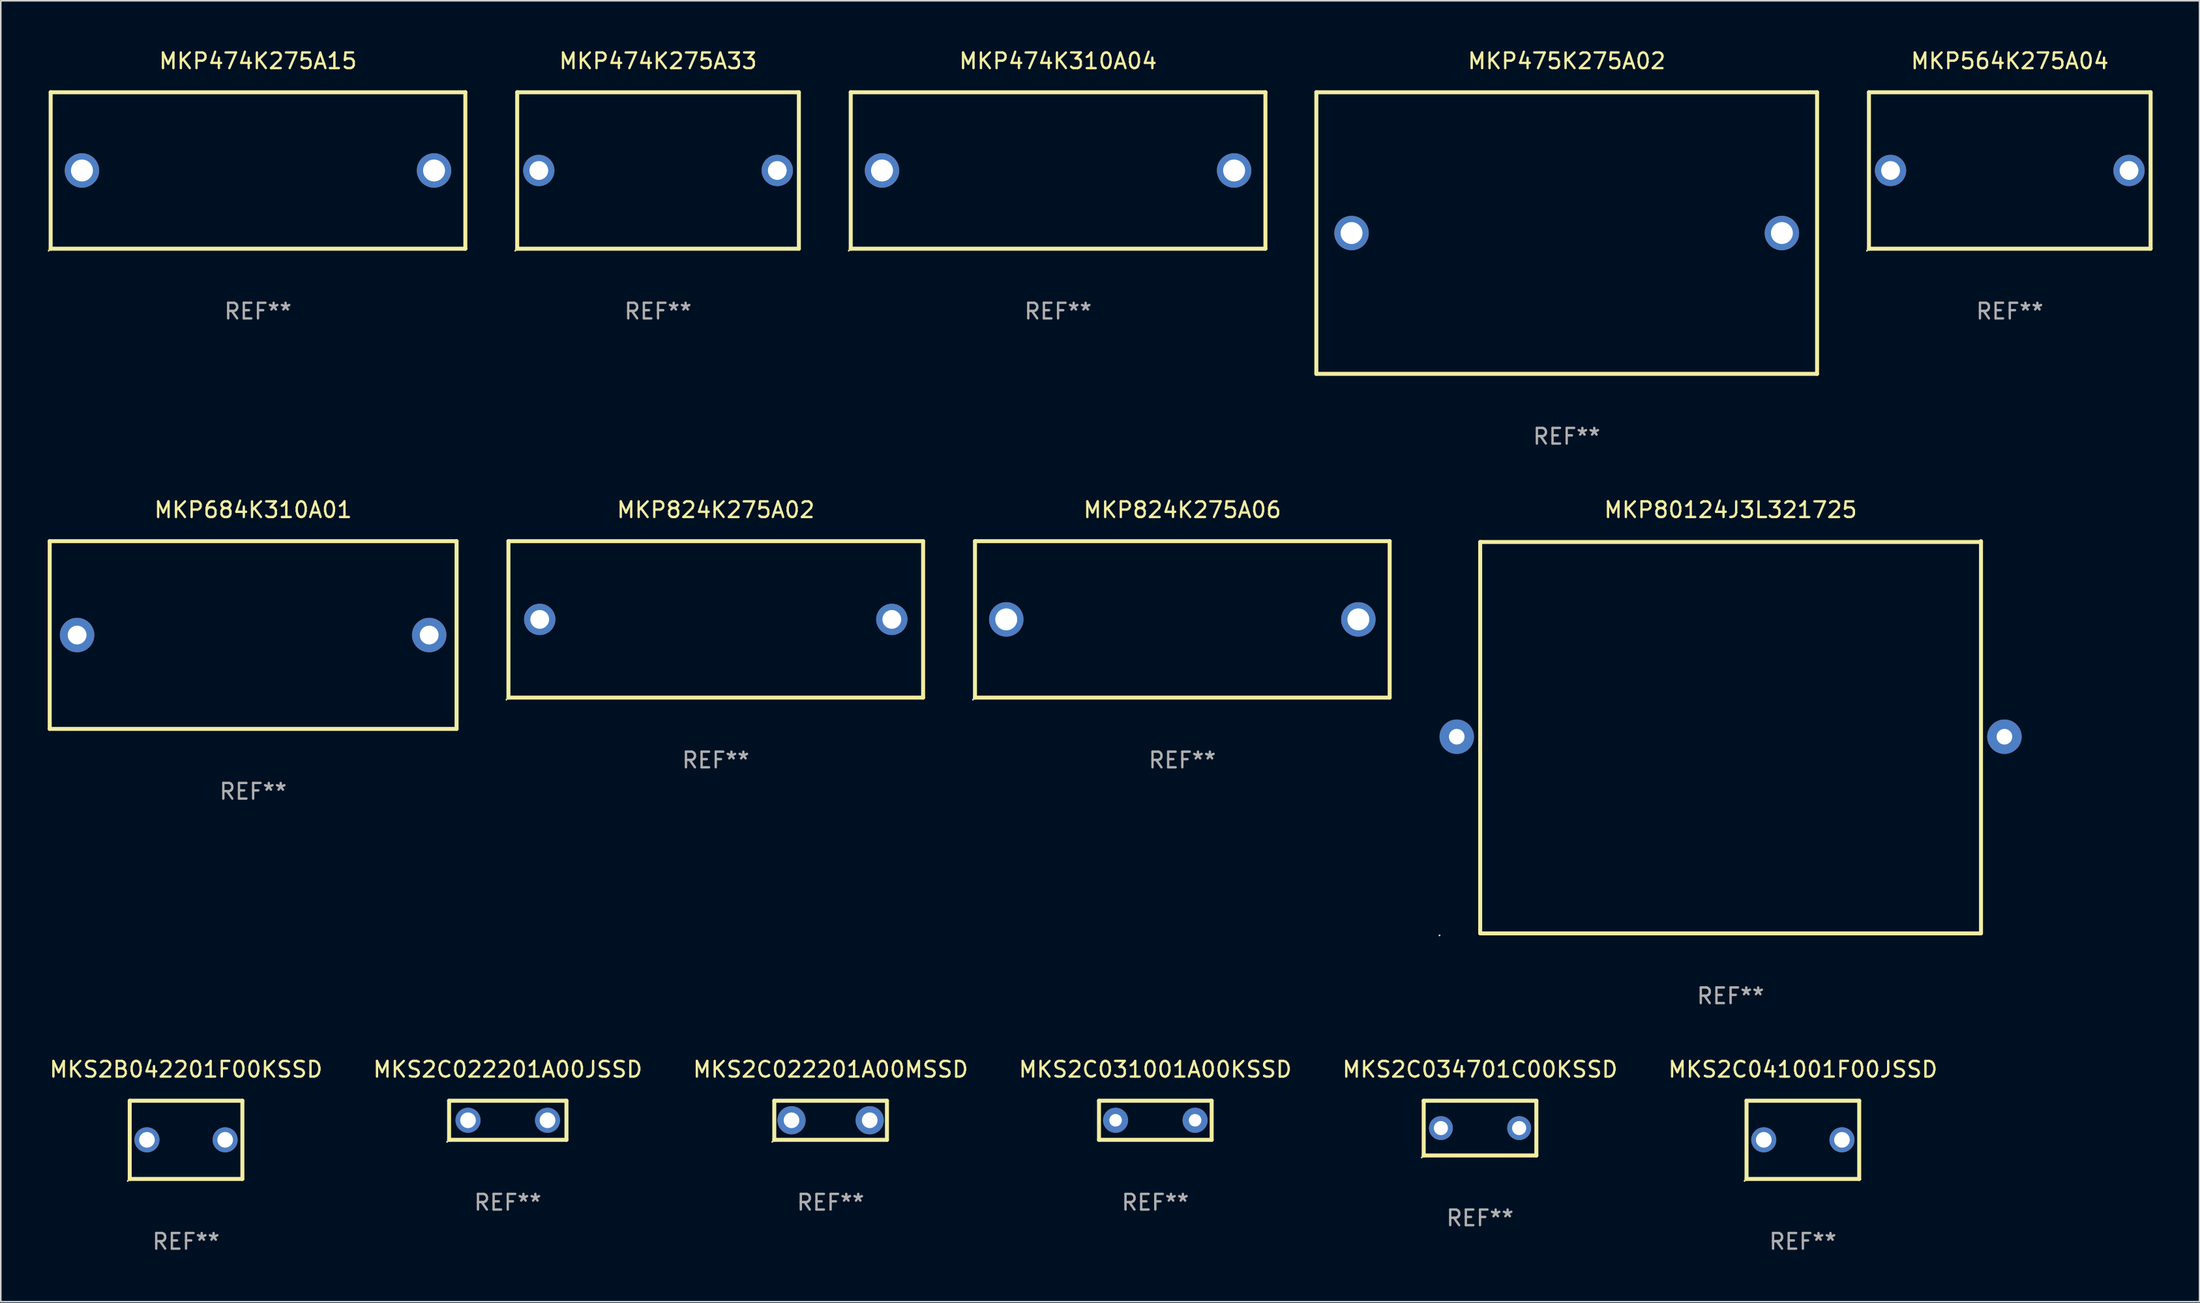
<source format=kicad_pcb>
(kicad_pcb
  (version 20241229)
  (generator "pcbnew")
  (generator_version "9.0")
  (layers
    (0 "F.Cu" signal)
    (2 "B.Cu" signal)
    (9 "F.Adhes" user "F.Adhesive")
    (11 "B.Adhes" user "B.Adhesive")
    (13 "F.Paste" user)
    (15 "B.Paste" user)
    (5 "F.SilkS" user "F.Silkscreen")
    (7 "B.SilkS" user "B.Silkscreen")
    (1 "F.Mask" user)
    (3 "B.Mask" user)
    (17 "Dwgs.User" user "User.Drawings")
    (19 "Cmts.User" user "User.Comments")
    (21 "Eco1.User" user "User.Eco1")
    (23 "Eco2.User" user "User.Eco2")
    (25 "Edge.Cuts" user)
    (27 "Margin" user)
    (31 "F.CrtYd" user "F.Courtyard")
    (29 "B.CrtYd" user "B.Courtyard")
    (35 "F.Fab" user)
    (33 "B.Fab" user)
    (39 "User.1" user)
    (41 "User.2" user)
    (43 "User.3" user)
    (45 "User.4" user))
  (footprint "MKP474K275A15"
    (layer "F.Cu")
    (at 13.437 7.848)
    (property "Reference" "MKP474K275A15" (at 0 -7 0) (layer "F.SilkS") (effects (font (size 1 1) (thickness 0.15))))
    (attr through_hole)
    (fp_line (start -13.25 -5) (end 13.25 -5) (stroke (width 0.254) (type solid)) (layer "F.SilkS"))
    (fp_line (start -13.25 5) (end -13.25 -5) (stroke (width 0.254) (type solid)) (layer "F.SilkS"))
    (fp_line (start 13.25 -5) (end 13.25 5) (stroke (width 0.254) (type solid)) (layer "F.SilkS"))
    (fp_line (start 13.25 5) (end -13.25 5) (stroke (width 0.254) (type solid)) (layer "F.SilkS"))
    (fp_circle (center -13.377 5.127) (end -13.347 5.127) (stroke (width 0.06) (type solid)) (fill no) (layer "F.SilkS"))
    (fp_text user "REF**" (at 0 9 0) (layer "F.Fab") (effects (font (size 1 1) (thickness 0.15))))
    (pad "1" thru_hole circle (at -11.25 0) (size 2.2 2.2) (drill 1.4) (layers "*.Cu" "*.Mask"))
    (pad "2" thru_hole circle (at 11.25 0) (size 2.2 2.2) (drill 1.4) (layers "*.Cu" "*.Mask")))
  (footprint "MKP475K275A02"
    (layer "F.Cu")
    (at 97.069 11.848)
    (property "Reference" "MKP475K275A02" (at 0 -11 0) (layer "F.SilkS") (effects (font (size 1 1) (thickness 0.15))))
    (attr through_hole)
    (fp_line (start -16 -9) (end 16 -9) (stroke (width 0.254) (type solid)) (layer "F.SilkS"))
    (fp_line (start -16 9) (end -16 -9) (stroke (width 0.254) (type solid)) (layer "F.SilkS"))
    (fp_line (start 16 -9) (end 16 9) (stroke (width 0.254) (type solid)) (layer "F.SilkS"))
    (fp_line (start 16 9) (end -16 9) (stroke (width 0.254) (type solid)) (layer "F.SilkS"))
    (fp_circle (center -16 9) (end -15.97 9) (stroke (width 0.06) (type solid)) (fill no) (layer "F.SilkS"))
    (fp_text user "REF**" (at 0 13 0) (layer "F.Fab") (effects (font (size 1 1) (thickness 0.15))))
    (pad "1" thru_hole circle (at -13.75 0) (size 2.2 2.2) (drill 1.4) (layers "*.Cu" "*.Mask"))
    (pad "2" thru_hole circle (at 13.75 0) (size 2.2 2.2) (drill 1.4) (layers "*.Cu" "*.Mask")))
  (footprint "MKS2C022201A00JSSD"
    (layer "F.Cu")
    (at 29.399 68.564)
    (property "Reference" "MKS2C022201A00JSSD" (at 0 -3.25 0) (layer "F.SilkS") (effects (font (size 1 1) (thickness 0.15))))
    (attr through_hole)
    (fp_line (start -3.75 -1.25) (end 3.75 -1.25) (stroke (width 0.254) (type solid)) (layer "F.SilkS"))
    (fp_line (start -3.75 1.25) (end -3.75 -1.25) (stroke (width 0.254) (type solid)) (layer "F.SilkS"))
    (fp_line (start 3.75 -1.25) (end 3.75 1.25) (stroke (width 0.254) (type solid)) (layer "F.SilkS"))
    (fp_line (start 3.75 1.25) (end -3.75 1.25) (stroke (width 0.254) (type solid)) (layer "F.SilkS"))
    (fp_circle (center -3.877 1.377) (end -3.847 1.377) (stroke (width 0.06) (type solid)) (fill no) (layer "F.SilkS"))
    (fp_text user "REF**" (at 0 5.25 0) (layer "F.Fab") (effects (font (size 1 1) (thickness 0.15))))
    (pad "1" thru_hole circle (at -2.54 0) (size 1.6 1.6) (drill 1) (layers "*.Cu" "*.Mask"))
    (pad "2" thru_hole circle (at 2.54 0) (size 1.6 1.6) (drill 1) (layers "*.Cu" "*.Mask")))
  (footprint "MKP474K275A33"
    (layer "F.Cu")
    (at 39.001 7.848)
    (property "Reference" "MKP474K275A33" (at 0 -7 0) (layer "F.SilkS") (effects (font (size 1 1) (thickness 0.15))))
    (attr through_hole)
    (fp_line (start -9 -5) (end 9 -5) (stroke (width 0.254) (type solid)) (layer "F.SilkS"))
    (fp_line (start -9 5) (end -9 -5) (stroke (width 0.254) (type solid)) (layer "F.SilkS"))
    (fp_line (start 9 -5) (end 9 5) (stroke (width 0.254) (type solid)) (layer "F.SilkS"))
    (fp_line (start 9 5) (end -9 5) (stroke (width 0.254) (type solid)) (layer "F.SilkS"))
    (fp_circle (center -9.127 5.127) (end -9.097 5.127) (stroke (width 0.06) (type solid)) (fill no) (layer "F.SilkS"))
    (fp_text user "REF**" (at 0 9 0) (layer "F.Fab") (effects (font (size 1 1) (thickness 0.15))))
    (pad "1" thru_hole circle (at -7.62 0) (size 2 2) (drill 1.2) (layers "*.Cu" "*.Mask"))
    (pad "2" thru_hole circle (at 7.62 0) (size 2 2) (drill 1.2) (layers "*.Cu" "*.Mask")))
  (footprint "MKS2C041001F00JSSD"
    (layer "F.Cu")
    (at 112.161 69.814)
    (property "Reference" "MKS2C041001F00JSSD" (at 0 -4.5 0) (layer "F.SilkS") (effects (font (size 1 1) (thickness 0.15))))
    (attr through_hole)
    (fp_line (start -3.6 -2.5) (end 3.6 -2.5) (stroke (width 0.254) (type solid)) (layer "F.SilkS"))
    (fp_line (start -3.6 2.5) (end -3.6 -2.5) (stroke (width 0.254) (type solid)) (layer "F.SilkS"))
    (fp_line (start -3.6 2.5) (end 3.6 2.5) (stroke (width 0.254) (type solid)) (layer "F.SilkS"))
    (fp_line (start 3.6 -2.5) (end 3.6 2.5) (stroke (width 0.254) (type solid)) (layer "F.SilkS"))
    (fp_circle (center -3.727 2.627) (end -3.697 2.627) (stroke (width 0.06) (type solid)) (fill no) (layer "F.SilkS"))
    (fp_text user "REF**" (at 0 6.5 0) (layer "F.Fab") (effects (font (size 1 1) (thickness 0.15))))
    (pad "1" thru_hole circle (at -2.499 0) (size 1.6 1.6) (drill 1) (layers "*.Cu" "*.Mask"))
    (pad "2" thru_hole circle (at 2.499 0) (size 1.6 1.6) (drill 1) (layers "*.Cu" "*.Mask")))
  (footprint "MKP824K275A06"
    (layer "F.Cu")
    (at 72.505 36.545)
    (property "Reference" "MKP824K275A06" (at 0 -7 0) (layer "F.SilkS") (effects (font (size 1 1) (thickness 0.15))))
    (attr through_hole)
    (fp_line (start -13.25 -5) (end 13.25 -5) (stroke (width 0.254) (type solid)) (layer "F.SilkS"))
    (fp_line (start -13.25 5) (end -13.25 -5) (stroke (width 0.254) (type solid)) (layer "F.SilkS"))
    (fp_line (start 13.25 -5) (end 13.25 5) (stroke (width 0.254) (type solid)) (layer "F.SilkS"))
    (fp_line (start 13.25 5) (end -13.25 5) (stroke (width 0.254) (type solid)) (layer "F.SilkS"))
    (fp_circle (center -13.377 5.127) (end -13.347 5.127) (stroke (width 0.06) (type solid)) (fill no) (layer "F.SilkS"))
    (fp_text user "REF**" (at 0 9 0) (layer "F.Fab") (effects (font (size 1 1) (thickness 0.15))))
    (pad "1" thru_hole circle (at -11.25 0) (size 2.2 2.2) (drill 1.4) (layers "*.Cu" "*.Mask"))
    (pad "2" thru_hole circle (at 11.25 0) (size 2.2 2.2) (drill 1.4) (layers "*.Cu" "*.Mask")))
  (footprint "MKS2C022201A00MSSD"
    (layer "F.Cu")
    (at 50.03 68.564)
    (property "Reference" "MKS2C022201A00MSSD" (at 0 -3.25 0) (layer "F.SilkS") (effects (font (size 1 1) (thickness 0.15))))
    (attr through_hole)
    (fp_line (start -3.6 -1.25) (end 3.6 -1.25) (stroke (width 0.254) (type solid)) (layer "F.SilkS"))
    (fp_line (start -3.6 1.25) (end -3.6 -1.25) (stroke (width 0.254) (type solid)) (layer "F.SilkS"))
    (fp_line (start -3.6 1.25) (end 3.6 1.25) (stroke (width 0.254) (type solid)) (layer "F.SilkS"))
    (fp_line (start 3.6 -1.25) (end 3.6 1.25) (stroke (width 0.254) (type solid)) (layer "F.SilkS"))
    (fp_circle (center -3.727 1.377) (end -3.697 1.377) (stroke (width 0.06) (type solid)) (fill no) (layer "F.SilkS"))
    (fp_text user "REF**" (at 0 5.25 0) (layer "F.Fab") (effects (font (size 1 1) (thickness 0.15))))
    (pad "1" thru_hole circle (at -2.499 -0.000013) (size 1.8 1.8) (drill 1) (layers "*.Cu" "*.Mask"))
    (pad "2" thru_hole circle (at 2.499 -0.000013) (size 1.8 1.8) (drill 1) (layers "*.Cu" "*.Mask")))
  (footprint "MKP564K275A04"
    (layer "F.Cu")
    (at 125.383 7.848)
    (property "Reference" "MKP564K275A04" (at 0 -7 0) (layer "F.SilkS") (effects (font (size 1 1) (thickness 0.15))))
    (attr through_hole)
    (fp_line (start -9 -5) (end 9 -5) (stroke (width 0.254) (type solid)) (layer "F.SilkS"))
    (fp_line (start -9 5) (end -9 -5) (stroke (width 0.254) (type solid)) (layer "F.SilkS"))
    (fp_line (start 9 -5) (end 9 5) (stroke (width 0.254) (type solid)) (layer "F.SilkS"))
    (fp_line (start 9 5) (end -9 5) (stroke (width 0.254) (type solid)) (layer "F.SilkS"))
    (fp_circle (center -9.127 5.127) (end -9.097 5.127) (stroke (width 0.06) (type solid)) (fill no) (layer "F.SilkS"))
    (fp_text user "REF**" (at 0 9 0) (layer "F.Fab") (effects (font (size 1 1) (thickness 0.15))))
    (pad "1" thru_hole circle (at -7.62 0) (size 2 2) (drill 1.2) (layers "*.Cu" "*.Mask"))
    (pad "2" thru_hole circle (at 7.62 0) (size 2 2) (drill 1.2) (layers "*.Cu" "*.Mask")))
  (footprint "MKP824K275A02"
    (layer "F.Cu")
    (at 42.691 36.545)
    (property "Reference" "MKP824K275A02" (at 0 -7 0) (layer "F.SilkS") (effects (font (size 1 1) (thickness 0.15))))
    (attr through_hole)
    (fp_line (start -13.25 -5) (end 13.25 -5) (stroke (width 0.254) (type solid)) (layer "F.SilkS"))
    (fp_line (start -13.25 5) (end -13.25 -5) (stroke (width 0.254) (type solid)) (layer "F.SilkS"))
    (fp_line (start 13.25 -5) (end 13.25 5) (stroke (width 0.254) (type solid)) (layer "F.SilkS"))
    (fp_line (start 13.25 5) (end -13.25 5) (stroke (width 0.254) (type solid)) (layer "F.SilkS"))
    (fp_circle (center -13.377 5.127) (end -13.347 5.127) (stroke (width 0.06) (type solid)) (fill no) (layer "F.SilkS"))
    (fp_text user "REF**" (at 0 9 0) (layer "F.Fab") (effects (font (size 1 1) (thickness 0.15))))
    (pad "1" thru_hole circle (at -11.25 0) (size 2 2) (drill 1.2) (layers "*.Cu" "*.Mask"))
    (pad "2" thru_hole circle (at 11.25 0) (size 2 2) (drill 1.2) (layers "*.Cu" "*.Mask")))
  (footprint "MKS2B042201F00KSSD"
    (layer "F.Cu")
    (at 8.839 69.814)
    (property "Reference" "MKS2B042201F00KSSD" (at 0 -4.5 0) (layer "F.SilkS") (effects (font (size 1 1) (thickness 0.15))))
    (attr through_hole)
    (fp_line (start -3.6 -2.5) (end 3.6 -2.5) (stroke (width 0.254) (type solid)) (layer "F.SilkS"))
    (fp_line (start -3.6 2.5) (end -3.6 -2.5) (stroke (width 0.254) (type solid)) (layer "F.SilkS"))
    (fp_line (start -3.6 2.5) (end 3.6 2.5) (stroke (width 0.254) (type solid)) (layer "F.SilkS"))
    (fp_line (start 3.6 -2.5) (end 3.6 2.5) (stroke (width 0.254) (type solid)) (layer "F.SilkS"))
    (fp_circle (center -3.727 2.627) (end -3.697 2.627) (stroke (width 0.06) (type solid)) (fill no) (layer "F.SilkS"))
    (fp_text user "REF**" (at 0 6.5 0) (layer "F.Fab") (effects (font (size 1 1) (thickness 0.15))))
    (pad "1" thru_hole circle (at -2.499 0) (size 1.6 1.6) (drill 1) (layers "*.Cu" "*.Mask"))
    (pad "2" thru_hole circle (at 2.499 0) (size 1.6 1.6) (drill 1) (layers "*.Cu" "*.Mask")))
  (footprint "MKP684K310A01"
    (layer "F.Cu")
    (at 13.127 37.545)
    (property "Reference" "MKP684K310A01" (at 0 -8 0) (layer "F.SilkS") (effects (font (size 1 1) (thickness 0.15))))
    (attr through_hole)
    (fp_line (start -13 -6) (end 13 -6) (stroke (width 0.254) (type solid)) (layer "F.SilkS"))
    (fp_line (start -13 6) (end -13 -6) (stroke (width 0.254) (type solid)) (layer "F.SilkS"))
    (fp_line (start 13 -6) (end 13 6) (stroke (width 0.254) (type solid)) (layer "F.SilkS"))
    (fp_line (start 13 6) (end -13 6) (stroke (width 0.254) (type solid)) (layer "F.SilkS"))
    (fp_circle (center -13 6) (end -12.97 6) (stroke (width 0.06) (type solid)) (fill no) (layer "F.SilkS"))
    (fp_text user "REF**" (at 0 10 0) (layer "F.Fab") (effects (font (size 1 1) (thickness 0.15))))
    (pad "1" thru_hole circle (at -11.25 0) (size 2.2 2.2) (drill 1.2) (layers "*.Cu" "*.Mask"))
    (pad "2" thru_hole circle (at 11.25 0) (size 2.2 2.2) (drill 1.2) (layers "*.Cu" "*.Mask")))
  (footprint "MKS2C034701C00KSSD"
    (layer "F.Cu")
    (at 91.53 69.064)
    (property "Reference" "MKS2C034701C00KSSD" (at 0 -3.75 0) (layer "F.SilkS") (effects (font (size 1 1) (thickness 0.15))))
    (attr through_hole)
    (fp_line (start -3.6 -1.75) (end 3.6 -1.75) (stroke (width 0.254) (type solid)) (layer "F.SilkS"))
    (fp_line (start -3.6 1.75) (end -3.6 -1.75) (stroke (width 0.254) (type solid)) (layer "F.SilkS"))
    (fp_line (start 3.6 -1.75) (end 3.6 1.75) (stroke (width 0.254) (type solid)) (layer "F.SilkS"))
    (fp_line (start 3.6 1.75) (end -3.6 1.75) (stroke (width 0.254) (type solid)) (layer "F.SilkS"))
    (fp_circle (center -3.727 1.877) (end -3.697 1.877) (stroke (width 0.06) (type solid)) (fill no) (layer "F.SilkS"))
    (fp_text user "REF**" (at 0 5.75 0) (layer "F.Fab") (effects (font (size 1 1) (thickness 0.15))))
    (pad "1" thru_hole circle (at -2.5 0) (size 1.524 1.524) (drill 0.9) (layers "*.Cu" "*.Mask"))
    (pad "2" thru_hole circle (at 2.5 0) (size 1.524 1.524) (drill 0.9) (layers "*.Cu" "*.Mask")))
  (footprint "MKP80124J3L321725"
    (layer "F.Cu")
    (at 107.542 44.081)
    (property "Reference" "MKP80124J3L321725" (at 0 -14.537 0) (layer "F.SilkS") (effects (font (size 1 1) (thickness 0.15))))
    (attr through_hole)
    (fp_line (start -16.002 -12.483) (end -16.002 12.518) (stroke (width 0.254) (type solid)) (layer "F.SilkS"))
    (fp_line (start -16.002 -12.483) (end 16.002 -12.483) (stroke (width 0.254) (type solid)) (layer "F.SilkS"))
    (fp_line (start -16.002 12.537) (end 16.002 12.537) (stroke (width 0.254) (type solid)) (layer "F.SilkS"))
    (fp_line (start 16.002 -12.537) (end 16.002 12.464) (stroke (width 0.254) (type solid)) (layer "F.SilkS"))
    (fp_circle (center -18.6 12.664) (end -18.57 12.664) (stroke (width 0.06) (type solid)) (fill no) (layer "F.SilkS"))
    (fp_text user "REF**" (at 0 16.537 0) (layer "F.Fab") (effects (font (size 1 1) (thickness 0.15))))
    (pad "1" thru_hole circle (at -17.5 -0.036) (size 2.2 2.2) (drill 1) (layers "*.Cu" "*.Mask"))
    (pad "2" thru_hole circle (at 17.5 -0.036) (size 2.2 2.2) (drill 1) (layers "*.Cu" "*.Mask")))
  (footprint "MKP474K310A04"
    (layer "F.Cu")
    (at 64.565 7.848)
    (property "Reference" "MKP474K310A04" (at 0 -7 0) (layer "F.SilkS") (effects (font (size 1 1) (thickness 0.15))))
    (attr through_hole)
    (fp_line (start -13.25 -5) (end 13.25 -5) (stroke (width 0.254) (type solid)) (layer "F.SilkS"))
    (fp_line (start -13.25 5) (end -13.25 -5) (stroke (width 0.254) (type solid)) (layer "F.SilkS"))
    (fp_line (start 13.25 -5) (end 13.25 5) (stroke (width 0.254) (type solid)) (layer "F.SilkS"))
    (fp_line (start 13.25 5) (end -13.25 5) (stroke (width 0.254) (type solid)) (layer "F.SilkS"))
    (fp_circle (center -13.377 5.127) (end -13.347 5.127) (stroke (width 0.06) (type solid)) (fill no) (layer "F.SilkS"))
    (fp_text user "REF**" (at 0 9 0) (layer "F.Fab") (effects (font (size 1 1) (thickness 0.15))))
    (pad "1" thru_hole circle (at -11.25 0) (size 2.2 2.2) (drill 1.4) (layers "*.Cu" "*.Mask"))
    (pad "2" thru_hole circle (at 11.25 0) (size 2.2 2.2) (drill 1.4) (layers "*.Cu" "*.Mask")))
  (footprint "MKS2C031001A00KSSD"
    (layer "F.Cu")
    (at 70.78 68.564)
    (property "Reference" "MKS2C031001A00KSSD" (at 0 -3.25 0) (layer "F.SilkS") (effects (font (size 1 1) (thickness 0.15))))
    (attr through_hole)
    (fp_line (start -3.6 -1.25) (end -3.6 1.25) (stroke (width 0.254) (type solid)) (layer "F.SilkS"))
    (fp_line (start -3.6 -1.25) (end 3.6 -1.25) (stroke (width 0.254) (type solid)) (layer "F.SilkS"))
    (fp_line (start 3.6 1.25) (end -3.6 1.25) (stroke (width 0.254) (type solid)) (layer "F.SilkS"))
    (fp_line (start 3.6 1.25) (end 3.6 -1.25) (stroke (width 0.254) (type solid)) (layer "F.SilkS"))
    (fp_circle (center -3.6 1.25) (end -3.57 1.25) (stroke (width 0.06) (type solid)) (fill no) (layer "F.SilkS"))
    (fp_text user "REF**" (at 0 5.25 0) (layer "F.Fab") (effects (font (size 1 1) (thickness 0.15))))
    (pad "1" thru_hole circle (at -2.54 0) (size 1.6 1.6) (drill 0.8) (layers "*.Cu" "*.Mask"))
    (pad "2" thru_hole circle (at 2.54 0) (size 1.6 1.6) (drill 0.8) (layers "*.Cu" "*.Mask")))
  (gr_rect
    (start -3 -3)
    (end 137.51 80.163)
    (stroke (width 0.1) (type default))
    (fill no)
    (layer "Edge.Cuts")))
</source>
